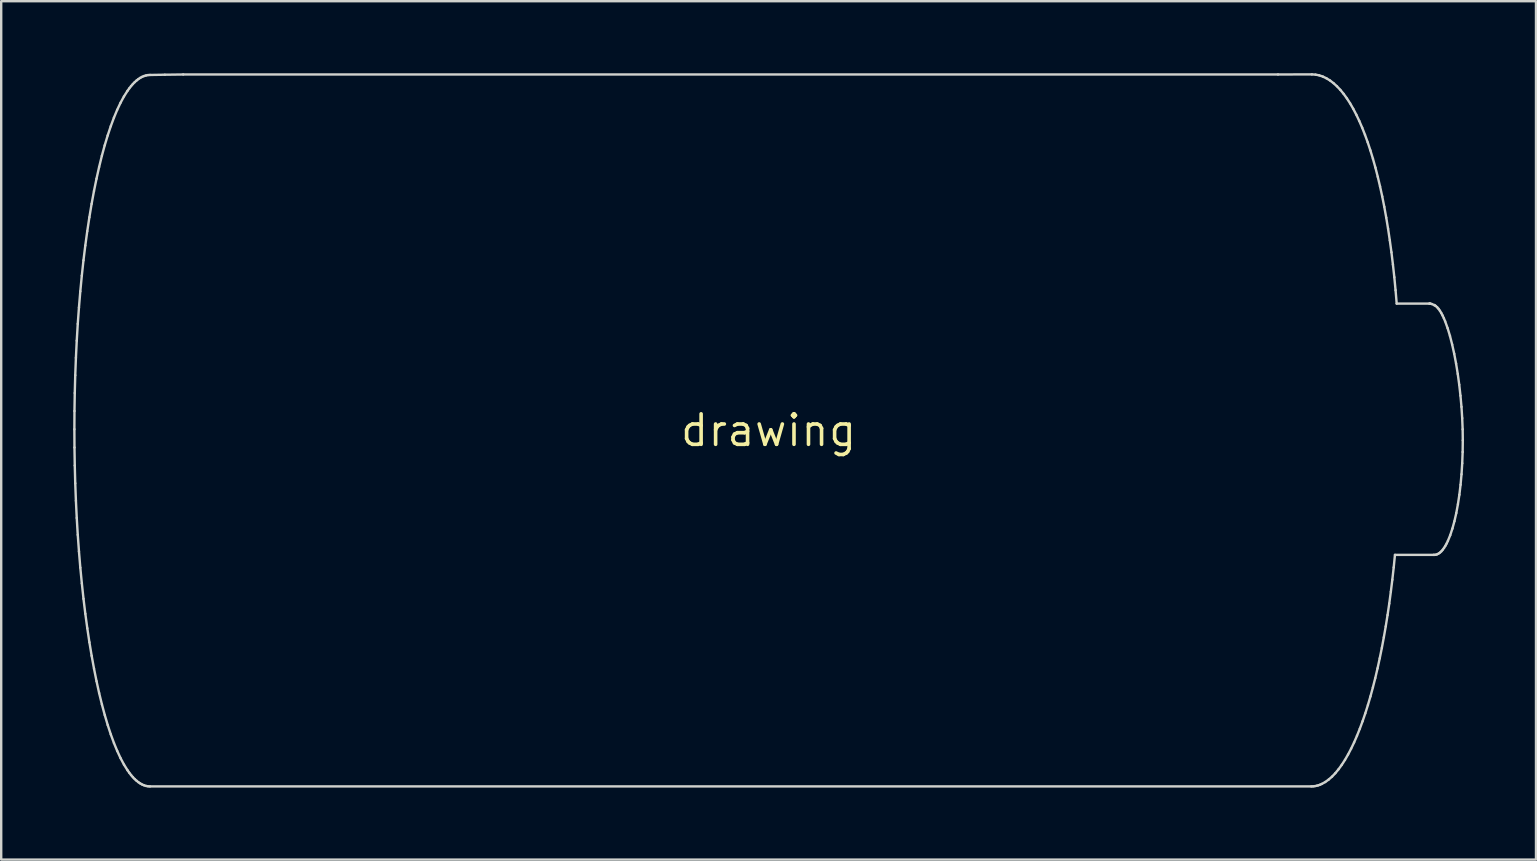
<source format=kicad_pcb>
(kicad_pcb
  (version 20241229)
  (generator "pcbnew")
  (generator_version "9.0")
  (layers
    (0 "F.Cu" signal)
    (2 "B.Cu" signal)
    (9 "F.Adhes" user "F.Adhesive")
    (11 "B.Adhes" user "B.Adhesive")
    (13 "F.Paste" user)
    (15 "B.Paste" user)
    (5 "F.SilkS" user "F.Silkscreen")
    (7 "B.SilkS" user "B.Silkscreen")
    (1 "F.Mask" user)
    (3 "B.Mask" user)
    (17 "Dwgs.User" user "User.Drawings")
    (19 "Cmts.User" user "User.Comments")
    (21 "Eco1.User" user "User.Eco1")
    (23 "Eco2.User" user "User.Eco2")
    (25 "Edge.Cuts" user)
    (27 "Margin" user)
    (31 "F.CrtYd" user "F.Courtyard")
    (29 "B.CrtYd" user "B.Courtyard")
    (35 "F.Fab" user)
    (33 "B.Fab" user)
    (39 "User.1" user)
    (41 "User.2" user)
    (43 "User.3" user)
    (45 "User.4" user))
  (footprint "drawing"
    (layer "F.Cu")
    (at 28.983 14.888)
    (property "Reference" "drawing" (at 0 0 0) (layer "F.SilkS") (effects (font (size 1.27 1.27) (thickness 0.15))))
    (attr through_hole)
    (fp_line (start -28.933 -0.048) (end -28.929 0.712) (stroke (width 0.1) (type solid)) (layer "Edge.Cuts"))
    (fp_line (start -28.929 -0.808) (end -28.933 -0.048) (stroke (width 0.1) (type solid)) (layer "Edge.Cuts"))
    (fp_line (start -28.929 0.712) (end -28.917 1.463) (stroke (width 0.1) (type solid)) (layer "Edge.Cuts"))
    (fp_line (start -28.917 -1.558) (end -28.929 -0.808) (stroke (width 0.1) (type solid)) (layer "Edge.Cuts"))
    (fp_line (start -28.917 1.463) (end -28.897 2.204) (stroke (width 0.1) (type solid)) (layer "Edge.Cuts"))
    (fp_line (start -28.897 -2.297) (end -28.917 -1.558) (stroke (width 0.1) (type solid)) (layer "Edge.Cuts"))
    (fp_line (start -28.897 2.204) (end -28.869 2.933) (stroke (width 0.1) (type solid)) (layer "Edge.Cuts"))
    (fp_line (start -28.869 -3.024) (end -28.897 -2.297) (stroke (width 0.1) (type solid)) (layer "Edge.Cuts"))
    (fp_line (start -28.869 2.933) (end -28.834 3.65) (stroke (width 0.1) (type solid)) (layer "Edge.Cuts"))
    (fp_line (start -28.834 -3.739) (end -28.869 -3.024) (stroke (width 0.1) (type solid)) (layer "Edge.Cuts"))
    (fp_line (start -28.834 3.65) (end -28.792 4.354) (stroke (width 0.1) (type solid)) (layer "Edge.Cuts"))
    (fp_line (start -28.792 -4.44) (end -28.834 -3.739) (stroke (width 0.1) (type solid)) (layer "Edge.Cuts"))
    (fp_line (start -28.792 4.354) (end -28.742 5.044) (stroke (width 0.1) (type solid)) (layer "Edge.Cuts"))
    (fp_line (start -28.742 -5.126) (end -28.792 -4.44) (stroke (width 0.1) (type solid)) (layer "Edge.Cuts"))
    (fp_line (start -28.742 5.044) (end -28.686 5.719) (stroke (width 0.1) (type solid)) (layer "Edge.Cuts"))
    (fp_line (start -28.686 -5.796) (end -28.742 -5.126) (stroke (width 0.1) (type solid)) (layer "Edge.Cuts"))
    (fp_line (start -28.686 5.719) (end -28.622 6.377) (stroke (width 0.1) (type solid)) (layer "Edge.Cuts"))
    (fp_line (start -28.623 -6.45) (end -28.686 -5.796) (stroke (width 0.1) (type solid)) (layer "Edge.Cuts"))
    (fp_line (start -28.622 6.377) (end -28.553 7.018) (stroke (width 0.1) (type solid)) (layer "Edge.Cuts"))
    (fp_line (start -28.554 -7.087) (end -28.623 -6.45) (stroke (width 0.1) (type solid)) (layer "Edge.Cuts"))
    (fp_line (start -28.553 7.018) (end -28.477 7.642) (stroke (width 0.1) (type solid)) (layer "Edge.Cuts"))
    (fp_line (start -28.478 -7.705) (end -28.554 -7.087) (stroke (width 0.1) (type solid)) (layer "Edge.Cuts"))
    (fp_line (start -28.477 7.642) (end -28.395 8.246) (stroke (width 0.1) (type solid)) (layer "Edge.Cuts"))
    (fp_line (start -28.396 -8.304) (end -28.478 -7.705) (stroke (width 0.1) (type solid)) (layer "Edge.Cuts"))
    (fp_line (start -28.395 8.246) (end -28.307 8.83) (stroke (width 0.1) (type solid)) (layer "Edge.Cuts"))
    (fp_line (start -28.308 -8.883) (end -28.396 -8.304) (stroke (width 0.1) (type solid)) (layer "Edge.Cuts"))
    (fp_line (start -28.307 8.83) (end -28.213 9.394) (stroke (width 0.1) (type solid)) (layer "Edge.Cuts"))
    (fp_line (start -28.215 -9.441) (end -28.308 -8.883) (stroke (width 0.1) (type solid)) (layer "Edge.Cuts"))
    (fp_line (start -28.213 9.394) (end -28.114 9.935) (stroke (width 0.1) (type solid)) (layer "Edge.Cuts"))
    (fp_line (start -28.116 -9.977) (end -28.215 -9.441) (stroke (width 0.1) (type solid)) (layer "Edge.Cuts"))
    (fp_line (start -28.114 9.935) (end -28.01 10.453) (stroke (width 0.1) (type solid)) (layer "Edge.Cuts"))
    (fp_line (start -28.011 -10.489) (end -28.116 -9.977) (stroke (width 0.1) (type solid)) (layer "Edge.Cuts"))
    (fp_line (start -28.01 10.453) (end -27.901 10.948) (stroke (width 0.1) (type solid)) (layer "Edge.Cuts"))
    (fp_line (start -27.902 -10.978) (end -28.011 -10.489) (stroke (width 0.1) (type solid)) (layer "Edge.Cuts"))
    (fp_line (start -27.901 10.948) (end -27.786 11.418) (stroke (width 0.1) (type solid)) (layer "Edge.Cuts"))
    (fp_line (start -27.788 -11.442) (end -27.902 -10.978) (stroke (width 0.1) (type solid)) (layer "Edge.Cuts"))
    (fp_line (start -27.786 11.418) (end -27.667 11.862) (stroke (width 0.1) (type solid)) (layer "Edge.Cuts"))
    (fp_line (start -27.669 -11.881) (end -27.788 -11.442) (stroke (width 0.1) (type solid)) (layer "Edge.Cuts"))
    (fp_line (start -27.667 11.862) (end -27.544 12.279) (stroke (width 0.1) (type solid)) (layer "Edge.Cuts"))
    (fp_line (start -27.545 -12.292) (end -27.669 -11.881) (stroke (width 0.1) (type solid)) (layer "Edge.Cuts"))
    (fp_line (start -27.544 12.279) (end -27.416 12.668) (stroke (width 0.1) (type solid)) (layer "Edge.Cuts"))
    (fp_line (start -27.417 -12.676) (end -27.545 -12.292) (stroke (width 0.1) (type solid)) (layer "Edge.Cuts"))
    (fp_line (start -27.416 12.668) (end -27.284 13.028) (stroke (width 0.1) (type solid)) (layer "Edge.Cuts"))
    (fp_line (start -27.285 -13.032) (end -27.417 -12.676) (stroke (width 0.1) (type solid)) (layer "Edge.Cuts"))
    (fp_line (start -27.284 13.028) (end -27.148 13.359) (stroke (width 0.1) (type solid)) (layer "Edge.Cuts"))
    (fp_line (start -27.15 -13.358) (end -27.285 -13.032) (stroke (width 0.1) (type solid)) (layer "Edge.Cuts"))
    (fp_line (start -27.148 13.359) (end -27.009 13.659) (stroke (width 0.1) (type solid)) (layer "Edge.Cuts"))
    (fp_line (start -27.01 -13.654) (end -27.15 -13.358) (stroke (width 0.1) (type solid)) (layer "Edge.Cuts"))
    (fp_line (start -27.009 13.659) (end -26.866 13.928) (stroke (width 0.1) (type solid)) (layer "Edge.Cuts"))
    (fp_line (start -26.867 -13.918) (end -27.01 -13.654) (stroke (width 0.1) (type solid)) (layer "Edge.Cuts"))
    (fp_line (start -26.866 13.928) (end -26.719 14.163) (stroke (width 0.1) (type solid)) (layer "Edge.Cuts"))
    (fp_line (start -26.72 -14.15) (end -26.867 -13.918) (stroke (width 0.1) (type solid)) (layer "Edge.Cuts"))
    (fp_line (start -26.719 14.163) (end -26.645 14.269) (stroke (width 0.1) (type solid)) (layer "Edge.Cuts"))
    (fp_line (start -26.646 -14.254) (end -26.72 -14.15) (stroke (width 0.1) (type solid)) (layer "Edge.Cuts"))
    (fp_line (start -26.645 14.269) (end -26.57 14.365) (stroke (width 0.1) (type solid)) (layer "Edge.Cuts"))
    (fp_line (start -26.571 -14.349) (end -26.646 -14.254) (stroke (width 0.1) (type solid)) (layer "Edge.Cuts"))
    (fp_line (start -26.57 14.365) (end -26.494 14.454) (stroke (width 0.1) (type solid)) (layer "Edge.Cuts"))
    (fp_line (start -26.495 -14.436) (end -26.571 -14.349) (stroke (width 0.1) (type solid)) (layer "Edge.Cuts"))
    (fp_line (start -26.494 14.454) (end -26.417 14.533) (stroke (width 0.1) (type solid)) (layer "Edge.Cuts"))
    (fp_line (start -26.418 -14.514) (end -26.495 -14.436) (stroke (width 0.1) (type solid)) (layer "Edge.Cuts"))
    (fp_line (start -26.417 14.533) (end -26.34 14.603) (stroke (width 0.1) (type solid)) (layer "Edge.Cuts"))
    (fp_line (start -26.341 -14.583) (end -26.418 -14.514) (stroke (width 0.1) (type solid)) (layer "Edge.Cuts"))
    (fp_line (start -26.34 14.603) (end -26.262 14.665) (stroke (width 0.1) (type solid)) (layer "Edge.Cuts"))
    (fp_line (start -26.263 -14.644) (end -26.341 -14.583) (stroke (width 0.1) (type solid)) (layer "Edge.Cuts"))
    (fp_line (start -26.262 14.665) (end -26.184 14.717) (stroke (width 0.1) (type solid)) (layer "Edge.Cuts"))
    (fp_line (start -26.184 -14.695) (end -26.263 -14.644) (stroke (width 0.1) (type solid)) (layer "Edge.Cuts"))
    (fp_line (start -26.184 14.717) (end -26.105 14.761) (stroke (width 0.1) (type solid)) (layer "Edge.Cuts"))
    (fp_line (start -26.105 -14.737) (end -26.184 -14.695) (stroke (width 0.1) (type solid)) (layer "Edge.Cuts"))
    (fp_line (start -26.105 14.761) (end -26.025 14.794) (stroke (width 0.1) (type solid)) (layer "Edge.Cuts"))
    (fp_line (start -26.025 -14.771) (end -26.105 -14.737) (stroke (width 0.1) (type solid)) (layer "Edge.Cuts"))
    (fp_line (start -26.025 14.794) (end -25.945 14.819) (stroke (width 0.1) (type solid)) (layer "Edge.Cuts"))
    (fp_line (start -25.945 -14.794) (end -26.025 -14.771) (stroke (width 0.1) (type solid)) (layer "Edge.Cuts"))
    (fp_line (start -25.945 14.819) (end -25.864 14.833) (stroke (width 0.1) (type solid)) (layer "Edge.Cuts"))
    (fp_line (start -25.864 -14.809) (end -25.945 -14.794) (stroke (width 0.1) (type solid)) (layer "Edge.Cuts"))
    (fp_line (start -25.864 14.833) (end -25.783 14.838) (stroke (width 0.1) (type solid)) (layer "Edge.Cuts"))
    (fp_line (start -25.783 -14.814) (end -25.864 -14.809) (stroke (width 0.1) (type solid)) (layer "Edge.Cuts"))
    (fp_line (start -25.783 14.838) (end 22.619 14.838) (stroke (width 0.1) (type solid)) (layer "Edge.Cuts"))
    (fp_line (start -25.161 -14.824) (end -25.783 -14.814) (stroke (width 0.1) (type solid)) (layer "Edge.Cuts"))
    (fp_line (start -24.398 -14.834) (end -25.161 -14.824) (stroke (width 0.1) (type solid)) (layer "Edge.Cuts"))
    (fp_line (start 21.231 -14.834) (end -24.398 -14.834) (stroke (width 0.1) (type solid)) (layer "Edge.Cuts"))
    (fp_line (start 22.619 14.838) (end 22.693 14.835) (stroke (width 0.1) (type solid)) (layer "Edge.Cuts"))
    (fp_line (start 22.643 -14.838) (end 21.231 -14.834) (stroke (width 0.1) (type solid)) (layer "Edge.Cuts"))
    (fp_line (start 22.693 14.835) (end 22.767 14.826) (stroke (width 0.1) (type solid)) (layer "Edge.Cuts"))
    (fp_line (start 22.767 14.826) (end 22.84 14.812) (stroke (width 0.1) (type solid)) (layer "Edge.Cuts"))
    (fp_line (start 22.797 -14.828) (end 22.643 -14.838) (stroke (width 0.1) (type solid)) (layer "Edge.Cuts"))
    (fp_line (start 22.84 14.812) (end 22.913 14.792) (stroke (width 0.1) (type solid)) (layer "Edge.Cuts"))
    (fp_line (start 22.913 14.792) (end 22.986 14.766) (stroke (width 0.1) (type solid)) (layer "Edge.Cuts"))
    (fp_line (start 22.951 -14.797) (end 22.797 -14.828) (stroke (width 0.1) (type solid)) (layer "Edge.Cuts"))
    (fp_line (start 22.986 14.766) (end 23.058 14.734) (stroke (width 0.1) (type solid)) (layer "Edge.Cuts"))
    (fp_line (start 23.058 14.734) (end 23.202 14.654) (stroke (width 0.1) (type solid)) (layer "Edge.Cuts"))
    (fp_line (start 23.102 -14.746) (end 22.951 -14.797) (stroke (width 0.1) (type solid)) (layer "Edge.Cuts"))
    (fp_line (start 23.202 14.654) (end 23.344 14.552) (stroke (width 0.1) (type solid)) (layer "Edge.Cuts"))
    (fp_line (start 23.252 -14.674) (end 23.102 -14.746) (stroke (width 0.1) (type solid)) (layer "Edge.Cuts"))
    (fp_line (start 23.344 14.552) (end 23.484 14.43) (stroke (width 0.1) (type solid)) (layer "Edge.Cuts"))
    (fp_line (start 23.4 -14.583) (end 23.252 -14.674) (stroke (width 0.1) (type solid)) (layer "Edge.Cuts"))
    (fp_line (start 23.484 14.43) (end 23.621 14.286) (stroke (width 0.1) (type solid)) (layer "Edge.Cuts"))
    (fp_line (start 23.545 -14.472) (end 23.4 -14.583) (stroke (width 0.1) (type solid)) (layer "Edge.Cuts"))
    (fp_line (start 23.621 14.286) (end 23.757 14.121) (stroke (width 0.1) (type solid)) (layer "Edge.Cuts"))
    (fp_line (start 23.688 -14.342) (end 23.545 -14.472) (stroke (width 0.1) (type solid)) (layer "Edge.Cuts"))
    (fp_line (start 23.757 14.121) (end 23.891 13.936) (stroke (width 0.1) (type solid)) (layer "Edge.Cuts"))
    (fp_line (start 23.829 -14.192) (end 23.688 -14.342) (stroke (width 0.1) (type solid)) (layer "Edge.Cuts"))
    (fp_line (start 23.891 13.936) (end 24.023 13.732) (stroke (width 0.1) (type solid)) (layer "Edge.Cuts"))
    (fp_line (start 23.968 -14.023) (end 23.829 -14.192) (stroke (width 0.1) (type solid)) (layer "Edge.Cuts"))
    (fp_line (start 24.023 13.732) (end 24.151 13.509) (stroke (width 0.1) (type solid)) (layer "Edge.Cuts"))
    (fp_line (start 24.104 -13.835) (end 23.968 -14.023) (stroke (width 0.1) (type solid)) (layer "Edge.Cuts"))
    (fp_line (start 24.151 13.509) (end 24.278 13.267) (stroke (width 0.1) (type solid)) (layer "Edge.Cuts"))
    (fp_line (start 24.237 -13.629) (end 24.104 -13.835) (stroke (width 0.1) (type solid)) (layer "Edge.Cuts"))
    (fp_line (start 24.278 13.267) (end 24.402 13.007) (stroke (width 0.1) (type solid)) (layer "Edge.Cuts"))
    (fp_line (start 24.367 -13.403) (end 24.237 -13.629) (stroke (width 0.1) (type solid)) (layer "Edge.Cuts"))
    (fp_line (start 24.402 13.007) (end 24.523 12.729) (stroke (width 0.1) (type solid)) (layer "Edge.Cuts"))
    (fp_line (start 24.494 -13.159) (end 24.367 -13.403) (stroke (width 0.1) (type solid)) (layer "Edge.Cuts"))
    (fp_line (start 24.523 12.729) (end 24.641 12.434) (stroke (width 0.1) (type solid)) (layer "Edge.Cuts"))
    (fp_line (start 24.618 -12.897) (end 24.494 -13.159) (stroke (width 0.1) (type solid)) (layer "Edge.Cuts"))
    (fp_line (start 24.641 12.434) (end 24.757 12.121) (stroke (width 0.1) (type solid)) (layer "Edge.Cuts"))
    (fp_line (start 24.739 -12.618) (end 24.618 -12.897) (stroke (width 0.1) (type solid)) (layer "Edge.Cuts"))
    (fp_line (start 24.757 12.121) (end 24.869 11.793) (stroke (width 0.1) (type solid)) (layer "Edge.Cuts"))
    (fp_line (start 24.856 -12.32) (end 24.739 -12.618) (stroke (width 0.1) (type solid)) (layer "Edge.Cuts"))
    (fp_line (start 24.869 11.793) (end 24.978 11.448) (stroke (width 0.1) (type solid)) (layer "Edge.Cuts"))
    (fp_line (start 24.971 -12.004) (end 24.856 -12.32) (stroke (width 0.1) (type solid)) (layer "Edge.Cuts"))
    (fp_line (start 24.978 11.448) (end 25.084 11.087) (stroke (width 0.1) (type solid)) (layer "Edge.Cuts"))
    (fp_line (start 25.081 -11.671) (end 24.971 -12.004) (stroke (width 0.1) (type solid)) (layer "Edge.Cuts"))
    (fp_line (start 25.084 11.087) (end 25.186 10.712) (stroke (width 0.1) (type solid)) (layer "Edge.Cuts"))
    (fp_line (start 25.186 10.712) (end 25.285 10.322) (stroke (width 0.1) (type solid)) (layer "Edge.Cuts"))
    (fp_line (start 25.188 -11.321) (end 25.081 -11.671) (stroke (width 0.1) (type solid)) (layer "Edge.Cuts"))
    (fp_line (start 25.285 10.322) (end 25.38 9.917) (stroke (width 0.1) (type solid)) (layer "Edge.Cuts"))
    (fp_line (start 25.291 -10.954) (end 25.188 -11.321) (stroke (width 0.1) (type solid)) (layer "Edge.Cuts"))
    (fp_line (start 25.38 9.917) (end 25.471 9.499) (stroke (width 0.1) (type solid)) (layer "Edge.Cuts"))
    (fp_line (start 25.389 -10.57) (end 25.291 -10.954) (stroke (width 0.1) (type solid)) (layer "Edge.Cuts"))
    (fp_line (start 25.471 9.499) (end 25.559 9.068) (stroke (width 0.1) (type solid)) (layer "Edge.Cuts"))
    (fp_line (start 25.484 -10.169) (end 25.389 -10.57) (stroke (width 0.1) (type solid)) (layer "Edge.Cuts"))
    (fp_line (start 25.559 9.068) (end 25.642 8.623) (stroke (width 0.1) (type solid)) (layer "Edge.Cuts"))
    (fp_line (start 25.575 -9.751) (end 25.484 -10.169) (stroke (width 0.1) (type solid)) (layer "Edge.Cuts"))
    (fp_line (start 25.642 8.623) (end 25.722 8.166) (stroke (width 0.1) (type solid)) (layer "Edge.Cuts"))
    (fp_line (start 25.661 -9.318) (end 25.575 -9.751) (stroke (width 0.1) (type solid)) (layer "Edge.Cuts"))
    (fp_line (start 25.722 8.166) (end 25.797 7.697) (stroke (width 0.1) (type solid)) (layer "Edge.Cuts"))
    (fp_line (start 25.742 -8.868) (end 25.661 -9.318) (stroke (width 0.1) (type solid)) (layer "Edge.Cuts"))
    (fp_line (start 25.797 7.697) (end 25.868 7.217) (stroke (width 0.1) (type solid)) (layer "Edge.Cuts"))
    (fp_line (start 25.819 -8.402) (end 25.742 -8.868) (stroke (width 0.1) (type solid)) (layer "Edge.Cuts"))
    (fp_line (start 25.868 7.217) (end 25.934 6.725) (stroke (width 0.1) (type solid)) (layer "Edge.Cuts"))
    (fp_line (start 25.891 -7.921) (end 25.819 -8.402) (stroke (width 0.1) (type solid)) (layer "Edge.Cuts"))
    (fp_line (start 25.934 6.725) (end 25.996 6.223) (stroke (width 0.1) (type solid)) (layer "Edge.Cuts"))
    (fp_line (start 25.959 -7.424) (end 25.891 -7.921) (stroke (width 0.1) (type solid)) (layer "Edge.Cuts"))
    (fp_line (start 25.996 6.223) (end 26.054 5.71) (stroke (width 0.1) (type solid)) (layer "Edge.Cuts"))
    (fp_line (start 26.021 -6.912) (end 25.959 -7.424) (stroke (width 0.1) (type solid)) (layer "Edge.Cuts"))
    (fp_line (start 26.054 5.71) (end 26.106 5.188) (stroke (width 0.1) (type solid)) (layer "Edge.Cuts"))
    (fp_line (start 26.079 -6.384) (end 26.021 -6.912) (stroke (width 0.1) (type solid)) (layer "Edge.Cuts"))
    (fp_line (start 26.106 5.188) (end 27.715 5.188) (stroke (width 0.1) (type solid)) (layer "Edge.Cuts"))
    (fp_line (start 26.131 -5.842) (end 26.079 -6.384) (stroke (width 0.1) (type solid)) (layer "Edge.Cuts"))
    (fp_line (start 26.178 -5.284) (end 26.131 -5.842) (stroke (width 0.1) (type solid)) (layer "Edge.Cuts"))
    (fp_line (start 27.535 -5.284) (end 26.178 -5.284) (stroke (width 0.1) (type solid)) (layer "Edge.Cuts"))
    (fp_line (start 27.555 -5.287) (end 27.535 -5.284) (stroke (width 0.1) (type solid)) (layer "Edge.Cuts"))
    (fp_line (start 27.581 -5.284) (end 27.555 -5.287) (stroke (width 0.1) (type solid)) (layer "Edge.Cuts"))
    (fp_line (start 27.642 -5.267) (end 27.581 -5.284) (stroke (width 0.1) (type solid)) (layer "Edge.Cuts"))
    (fp_line (start 27.715 5.188) (end 27.746 5.188) (stroke (width 0.1) (type solid)) (layer "Edge.Cuts"))
    (fp_line (start 27.746 -5.222) (end 27.642 -5.267) (stroke (width 0.1) (type solid)) (layer "Edge.Cuts"))
    (fp_line (start 27.746 -5.222) (end 27.746 -5.222) (stroke (width 0.1) (type solid)) (layer "Edge.Cuts"))
    (fp_line (start 27.746 5.188) (end 27.807 5.182) (stroke (width 0.1) (type solid)) (layer "Edge.Cuts"))
    (fp_line (start 27.749 -5.222) (end 27.746 -5.222) (stroke (width 0.1) (type solid)) (layer "Edge.Cuts"))
    (fp_line (start 27.807 5.182) (end 27.867 5.163) (stroke (width 0.1) (type solid)) (layer "Edge.Cuts"))
    (fp_line (start 27.808 -5.184) (end 27.749 -5.222) (stroke (width 0.1) (type solid)) (layer "Edge.Cuts"))
    (fp_line (start 27.865 -5.132) (end 27.808 -5.184) (stroke (width 0.1) (type solid)) (layer "Edge.Cuts"))
    (fp_line (start 27.867 5.163) (end 27.926 5.132) (stroke (width 0.1) (type solid)) (layer "Edge.Cuts"))
    (fp_line (start 27.923 -5.066) (end 27.865 -5.132) (stroke (width 0.1) (type solid)) (layer "Edge.Cuts"))
    (fp_line (start 27.926 5.132) (end 27.985 5.09) (stroke (width 0.1) (type solid)) (layer "Edge.Cuts"))
    (fp_line (start 27.979 -4.987) (end 27.923 -5.066) (stroke (width 0.1) (type solid)) (layer "Edge.Cuts"))
    (fp_line (start 27.985 5.09) (end 28.042 5.037) (stroke (width 0.1) (type solid)) (layer "Edge.Cuts"))
    (fp_line (start 28.035 -4.894) (end 27.979 -4.987) (stroke (width 0.1) (type solid)) (layer "Edge.Cuts"))
    (fp_line (start 28.042 5.037) (end 28.098 4.972) (stroke (width 0.1) (type solid)) (layer "Edge.Cuts"))
    (fp_line (start 28.09 -4.79) (end 28.035 -4.894) (stroke (width 0.1) (type solid)) (layer "Edge.Cuts"))
    (fp_line (start 28.098 4.972) (end 28.153 4.896) (stroke (width 0.1) (type solid)) (layer "Edge.Cuts"))
    (fp_line (start 28.144 -4.674) (end 28.09 -4.79) (stroke (width 0.1) (type solid)) (layer "Edge.Cuts"))
    (fp_line (start 28.153 4.896) (end 28.207 4.81) (stroke (width 0.1) (type solid)) (layer "Edge.Cuts"))
    (fp_line (start 28.197 -4.547) (end 28.144 -4.674) (stroke (width 0.1) (type solid)) (layer "Edge.Cuts"))
    (fp_line (start 28.207 4.81) (end 28.26 4.714) (stroke (width 0.1) (type solid)) (layer "Edge.Cuts"))
    (fp_line (start 28.26 4.714) (end 28.311 4.608) (stroke (width 0.1) (type solid)) (layer "Edge.Cuts"))
    (fp_line (start 28.3 -4.261) (end 28.197 -4.547) (stroke (width 0.1) (type solid)) (layer "Edge.Cuts"))
    (fp_line (start 28.311 4.608) (end 28.409 4.368) (stroke (width 0.1) (type solid)) (layer "Edge.Cuts"))
    (fp_line (start 28.398 -3.938) (end 28.3 -4.261) (stroke (width 0.1) (type solid)) (layer "Edge.Cuts"))
    (fp_line (start 28.409 4.368) (end 28.5 4.092) (stroke (width 0.1) (type solid)) (layer "Edge.Cuts"))
    (fp_line (start 28.489 -3.581) (end 28.398 -3.938) (stroke (width 0.1) (type solid)) (layer "Edge.Cuts"))
    (fp_line (start 28.5 4.092) (end 28.585 3.783) (stroke (width 0.1) (type solid)) (layer "Edge.Cuts"))
    (fp_line (start 28.575 -3.195) (end 28.489 -3.581) (stroke (width 0.1) (type solid)) (layer "Edge.Cuts"))
    (fp_line (start 28.585 3.783) (end 28.662 3.444) (stroke (width 0.1) (type solid)) (layer "Edge.Cuts"))
    (fp_line (start 28.653 -2.784) (end 28.575 -3.195) (stroke (width 0.1) (type solid)) (layer "Edge.Cuts"))
    (fp_line (start 28.662 3.444) (end 28.73 3.076) (stroke (width 0.1) (type solid)) (layer "Edge.Cuts"))
    (fp_line (start 28.723 -2.353) (end 28.653 -2.784) (stroke (width 0.1) (type solid)) (layer "Edge.Cuts"))
    (fp_line (start 28.73 3.076) (end 28.79 2.682) (stroke (width 0.1) (type solid)) (layer "Edge.Cuts"))
    (fp_line (start 28.784 -1.906) (end 28.723 -2.353) (stroke (width 0.1) (type solid)) (layer "Edge.Cuts"))
    (fp_line (start 28.79 2.682) (end 28.84 2.265) (stroke (width 0.1) (type solid)) (layer "Edge.Cuts"))
    (fp_line (start 28.836 -1.447) (end 28.784 -1.906) (stroke (width 0.1) (type solid)) (layer "Edge.Cuts"))
    (fp_line (start 28.84 2.265) (end 28.88 1.828) (stroke (width 0.1) (type solid)) (layer "Edge.Cuts"))
    (fp_line (start 28.878 -0.981) (end 28.836 -1.447) (stroke (width 0.1) (type solid)) (layer "Edge.Cuts"))
    (fp_line (start 28.88 1.828) (end 28.909 1.371) (stroke (width 0.1) (type solid)) (layer "Edge.Cuts"))
    (fp_line (start 28.908 -0.513) (end 28.878 -0.981) (stroke (width 0.1) (type solid)) (layer "Edge.Cuts"))
    (fp_line (start 28.909 1.371) (end 28.927 0.9) (stroke (width 0.1) (type solid)) (layer "Edge.Cuts"))
    (fp_line (start 28.927 -0.046) (end 28.908 -0.513) (stroke (width 0.1) (type solid)) (layer "Edge.Cuts"))
    (fp_line (start 28.927 0.9) (end 28.933 0.414) (stroke (width 0.1) (type solid)) (layer "Edge.Cuts"))
    (fp_line (start 28.933 0.414) (end 28.927 -0.046) (stroke (width 0.1) (type solid)) (layer "Edge.Cuts")))
  (gr_rect
    (start -3 -3)
    (end 60.967 32.776)
    (stroke (width 0.1) (type default))
    (fill no)
    (layer "Edge.Cuts")))
</source>
